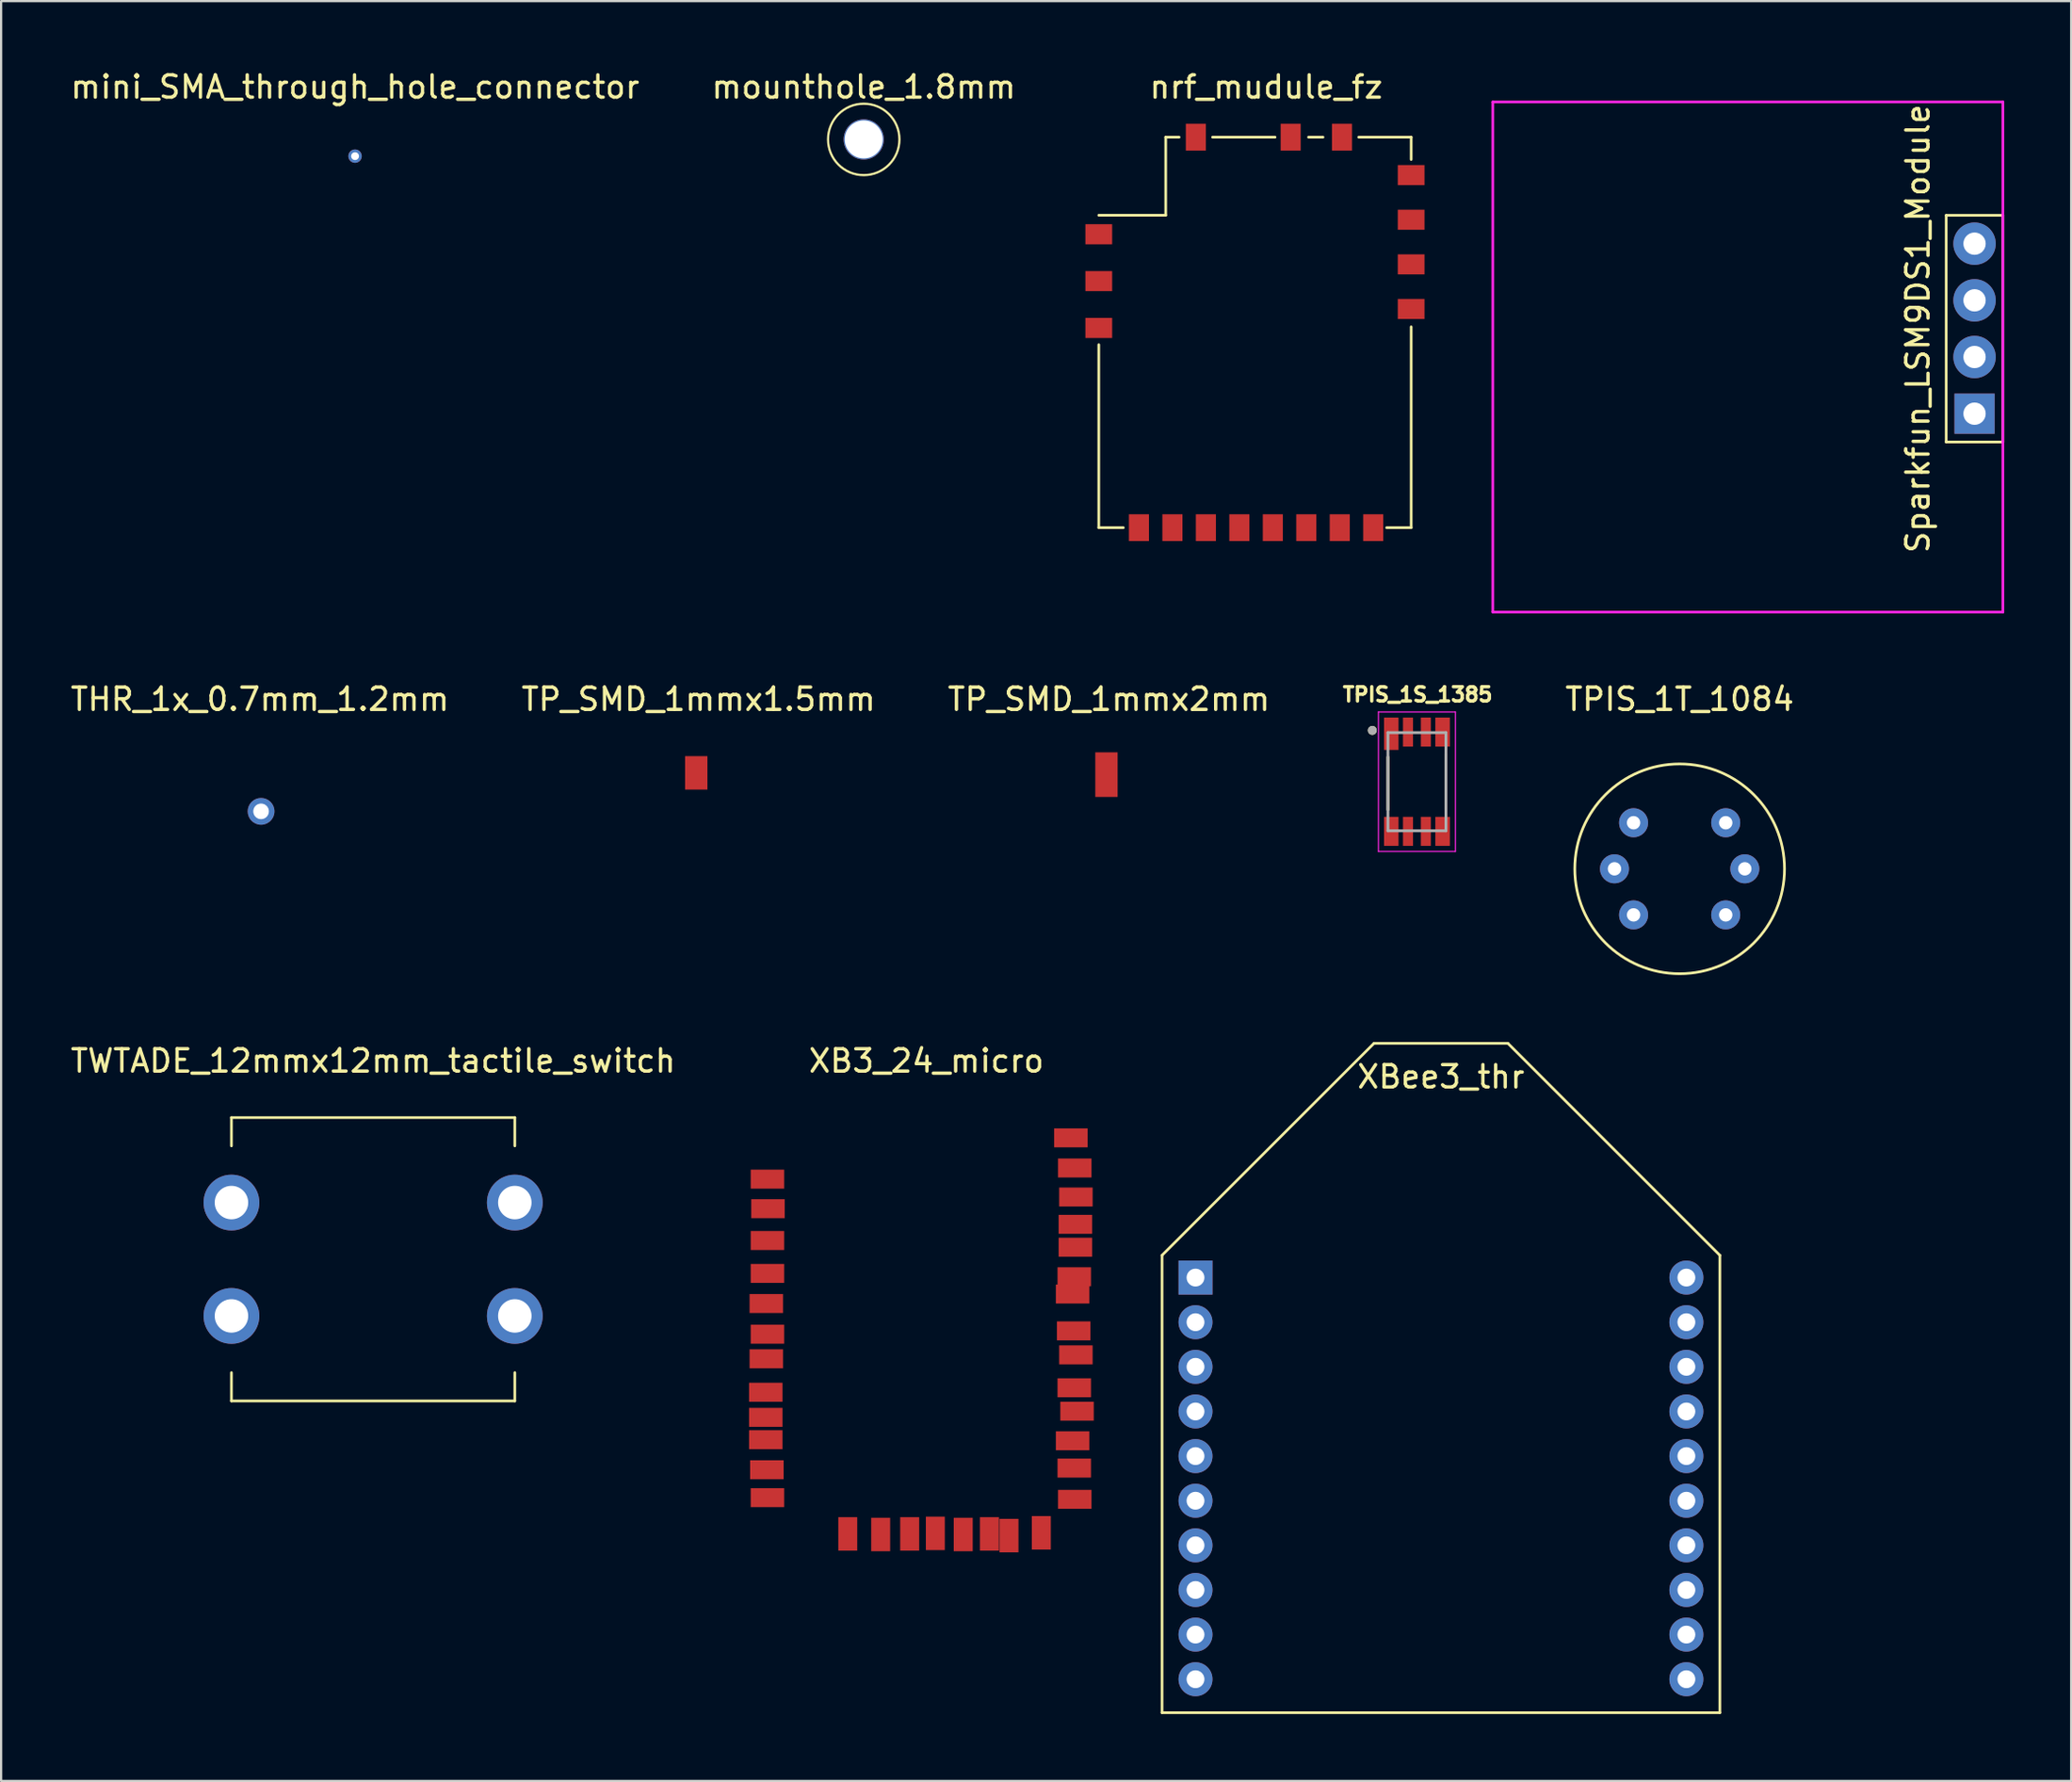
<source format=kicad_pcb>
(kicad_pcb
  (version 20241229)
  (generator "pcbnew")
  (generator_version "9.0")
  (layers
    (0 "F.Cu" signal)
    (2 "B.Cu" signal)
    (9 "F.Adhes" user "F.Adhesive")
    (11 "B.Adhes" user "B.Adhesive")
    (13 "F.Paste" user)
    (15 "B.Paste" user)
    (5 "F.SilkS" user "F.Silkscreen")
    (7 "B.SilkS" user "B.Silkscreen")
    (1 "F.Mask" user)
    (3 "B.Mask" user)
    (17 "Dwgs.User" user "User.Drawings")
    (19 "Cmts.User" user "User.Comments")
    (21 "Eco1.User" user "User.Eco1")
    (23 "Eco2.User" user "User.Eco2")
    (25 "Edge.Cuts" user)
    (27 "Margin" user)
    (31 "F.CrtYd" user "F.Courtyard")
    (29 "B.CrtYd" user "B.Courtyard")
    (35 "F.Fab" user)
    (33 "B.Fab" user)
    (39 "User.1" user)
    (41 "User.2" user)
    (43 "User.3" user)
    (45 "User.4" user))
  (footprint "Sparkfun_LSM9DS1_Module"
    (layer "F.Cu")
    (at 75.285 0.25)
    (property "Reference" "Sparkfun_LSM9DS1_Module" (at 7.62 11.43 270) (layer "F.SilkS") (effects (font (size 1 1) (thickness 0.15))))
    (attr through_hole)
    (fp_line (start 8.89 6.35) (end 8.89 16.51) (stroke (width 0.12) (type solid)) (layer "F.SilkS"))
    (fp_line (start 8.89 16.51) (end 11.43 16.51) (stroke (width 0.12) (type solid)) (layer "F.SilkS"))
    (fp_line (start 11.43 6.35) (end 8.89 6.35) (stroke (width 0.12) (type solid)) (layer "F.SilkS"))
    (fp_line (start 11.43 16.51) (end 11.43 6.35) (stroke (width 0.12) (type solid)) (layer "F.SilkS"))
    (fp_line (start -11.43 1.27) (end 11.43 1.27) (stroke (width 0.12) (type solid)) (layer "F.CrtYd"))
    (fp_line (start -11.43 24.13) (end -11.43 1.27) (stroke (width 0.12) (type solid)) (layer "F.CrtYd"))
    (fp_line (start 11.43 1.27) (end 11.43 24.13) (stroke (width 0.12) (type solid)) (layer "F.CrtYd"))
    (fp_line (start 11.43 24.13) (end -11.43 24.13) (stroke (width 0.12) (type solid)) (layer "F.CrtYd"))
    (pad "1" thru_hole circle (at 10.16 7.62) (size 1.9 1.9) (drill 1) (layers "*.Cu" "*.Mask"))
    (pad "2" thru_hole circle (at 10.16 10.16) (size 1.9 1.9) (drill 1) (layers "*.Cu" "*.Mask"))
    (pad "3" thru_hole circle (at 10.16 12.7) (size 1.9 1.9) (drill 1) (layers "*.Cu" "*.Mask"))
    (pad "4" thru_hole rect (at 10.16 15.24) (size 1.8 1.8) (drill 1) (layers "*.Cu" "*.Mask")))
  (footprint "TWTADE_12mmx12mm_tactile_switch"
    (layer "F.Cu")
    (at 13.673 47.036)
    (property "Reference" "TWTADE_12mmx12mm_tactile_switch" (at 0 -2.54 0) (layer "F.SilkS") (effects (font (size 1 1) (thickness 0.15))))
    (attr through_hole)
    (fp_line (start -6.35 0) (end -6.35 1.27) (stroke (width 0.12) (type solid)) (layer "F.SilkS"))
    (fp_line (start -6.35 0) (end 6.35 0) (stroke (width 0.12) (type solid)) (layer "F.SilkS"))
    (fp_line (start -6.35 12.7) (end -6.35 11.43) (stroke (width 0.12) (type solid)) (layer "F.SilkS"))
    (fp_line (start 6.35 0) (end 6.35 1.27) (stroke (width 0.12) (type solid)) (layer "F.SilkS"))
    (fp_line (start 6.35 11.43) (end 6.35 12.7) (stroke (width 0.12) (type solid)) (layer "F.SilkS"))
    (fp_line (start 6.35 12.7) (end -6.35 12.7) (stroke (width 0.12) (type solid)) (layer "F.SilkS"))
    (pad "1" thru_hole circle (at -6.35 3.81) (size 2.5 2.5) (drill 1.5) (layers "*.Cu" "*.Mask"))
    (pad "2" thru_hole circle (at 6.35 3.81) (size 2.5 2.5) (drill 1.5) (layers "*.Cu" "*.Mask"))
    (pad "3" thru_hole circle (at -6.35 8.89) (size 2.5 2.5) (drill 1.5) (layers "*.Cu" "*.Mask"))
    (pad "4" thru_hole circle (at 6.35 8.89) (size 2.5 2.5) (drill 1.5) (layers "*.Cu" "*.Mask")))
  (footprint "TPIS_1S_1385"
    (layer "F.Cu")
    (at 60.454 31.984)
    (property "Reference" "TPIS_1S_1385" (at 0.032 -3.906 0) (layer "F.SilkS") (effects (font (size 0.64 0.64) (thickness 0.15))))
    (attr through_hole)
    (fp_line (start -1.3 -1.105) (end -1.3 1.255) (stroke (width 0.127) (type solid)) (layer "F.SilkS"))
    (fp_line (start 1.3 -1.255) (end 1.3 1.255) (stroke (width 0.127) (type solid)) (layer "F.SilkS"))
    (fp_circle (center -2 -2.3) (end -1.9 -2.3) (stroke (width 0.2) (type solid)) (fill no) (layer "F.SilkS"))
    (fp_line (start -1.725 -3.125) (end -1.725 3.125) (stroke (width 0.05) (type solid)) (layer "F.CrtYd"))
    (fp_line (start -1.725 3.125) (end 1.725 3.125) (stroke (width 0.05) (type solid)) (layer "F.CrtYd"))
    (fp_line (start 1.725 -3.125) (end -1.725 -3.125) (stroke (width 0.05) (type solid)) (layer "F.CrtYd"))
    (fp_line (start 1.725 3.125) (end 1.725 -3.125) (stroke (width 0.05) (type solid)) (layer "F.CrtYd"))
    (fp_line (start -1.3 -2.2) (end -1.3 2.2) (stroke (width 0.127) (type solid)) (layer "F.Fab"))
    (fp_line (start -1.3 2.2) (end 1.3 2.2) (stroke (width 0.127) (type solid)) (layer "F.Fab"))
    (fp_line (start 1.3 -2.2) (end -1.3 -2.2) (stroke (width 0.127) (type solid)) (layer "F.Fab"))
    (fp_line (start 1.3 2.2) (end 1.3 -2.2) (stroke (width 0.127) (type solid)) (layer "F.Fab"))
    (fp_circle (center -2 -2.3) (end -1.9 -2.3) (stroke (width 0.2) (type solid)) (fill no) (layer "F.Fab"))
    (pad "1" smd rect (at -1.15 -2.15) (size 0.65 1.45) (layers "F.Cu" "F.Mask" "F.Paste"))
    (pad "2" smd rect (at -0.4 -2.225) (size 0.45 1.3) (layers "F.Cu" "F.Mask" "F.Paste"))
    (pad "3" smd rect (at 0.4 -2.225) (size 0.45 1.3) (layers "F.Cu" "F.Mask" "F.Paste"))
    (pad "4" smd rect (at 1.15 -2.225) (size 0.65 1.3) (layers "F.Cu" "F.Mask" "F.Paste"))
    (pad "5" smd rect (at 1.15 2.225) (size 0.65 1.3) (layers "F.Cu" "F.Mask" "F.Paste"))
    (pad "6" smd rect (at 0.4 2.225) (size 0.45 1.3) (layers "F.Cu" "F.Mask" "F.Paste"))
    (pad "7" smd rect (at -0.4 2.225) (size 0.45 1.3) (layers "F.Cu" "F.Mask" "F.Paste"))
    (pad "8" smd rect (at -1.15 2.225) (size 0.65 1.3) (layers "F.Cu" "F.Mask" "F.Paste")))
  (footprint "TP_SMD_1mmx1.5mm"
    (layer "F.Cu")
    (at 28.156 30.188)
    (property "Reference" "TP_SMD_1mmx1.5mm" (at 0.1 -1.9 0) (layer "F.SilkS") (effects (font (size 1 1) (thickness 0.15))))
    (attr through_hole)
    (pad "1" smd rect (at 0 1.4) (size 1 1.5) (layers "F.Cu" "F.Mask" "F.Paste")))
  (footprint "mounthole_1.8mm"
    (layer "F.Cu")
    (at 35.661 3.198)
    (property "Reference" "mounthole_1.8mm" (at 0 -2.35 0) (layer "F.SilkS") (effects (font (size 1 1) (thickness 0.15))))
    (attr through_hole)
    (fp_circle (center 0 0) (end 1.6 0) (stroke (width 0.1) (type solid)) (fill no) (layer "F.SilkS"))
    (pad "" np_thru_hole circle (at 0 0) (size 1.8 1.8) (drill 1.7) (layers "*.Cu" "*.Mask")))
  (footprint "mini_SMA_through_hole_connector"
    (layer "F.Cu")
    (at 12.863 2.948)
    (property "Reference" "mini_SMA_through_hole_connector" (at 0 -2.1 0) (layer "F.SilkS") (effects (font (size 1 1) (thickness 0.15))))
    (attr through_hole)
    (pad "1" thru_hole circle (at 0 1) (size 0.6 0.6) (drill 0.35) (layers "*.Cu" "*.Mask")))
  (footprint "TPIS_1T_1084"
    (layer "F.Cu")
    (at 72.228 35.888)
    (property "Reference" "TPIS_1T_1084" (at 0 -7.6 0) (layer "F.SilkS") (effects (font (size 1 1) (thickness 0.15))))
    (attr through_hole)
    (fp_circle (center 0 0) (end 4.7 0) (stroke (width 0.12) (type solid)) (fill no) (layer "F.SilkS"))
    (pad "1" thru_hole circle (at -2.065 -2.065) (size 1.3 1.3) (drill 0.6) (layers "*.Cu" "*.Mask"))
    (pad "2" thru_hole circle (at -2.92 0) (size 1.3 1.3) (drill 0.6) (layers "*.Cu" "*.Mask"))
    (pad "3" thru_hole circle (at -2.065 2.065) (size 1.3 1.3) (drill 0.6) (layers "*.Cu" "*.Mask"))
    (pad "4" thru_hole circle (at 2.065 -2.065) (size 1.3 1.3) (drill 0.6) (layers "*.Cu" "*.Mask"))
    (pad "5" thru_hole circle (at 2.92 0) (size 1.3 1.3) (drill 0.6) (layers "*.Cu" "*.Mask"))
    (pad "6" thru_hole circle (at 2.065 2.065) (size 1.3 1.3) (drill 0.6) (layers "*.Cu" "*.Mask")))
  (footprint "XB3_24_micro"
    (layer "F.Cu")
    (at 30.595 47.246)
    (property "Reference" "XB3_24_micro" (at 7.875 -2.75 0) (layer "F.SilkS") (effects (font (size 1 1) (thickness 0.15))))
    (attr through_hole)
    (pad "1" smd rect (at 0.75 2.55) (size 1.5 0.85) (layers "F.Cu" "F.Mask" "F.Paste"))
    (pad "2" smd rect (at 0.775 3.875) (size 1.5 0.85) (layers "F.Cu" "F.Mask" "F.Paste"))
    (pad "3" smd rect (at 0.75 5.3) (size 1.5 0.85) (layers "F.Cu" "F.Mask" "F.Paste"))
    (pad "4" smd rect (at 0.75 6.775) (size 1.5 0.85) (layers "F.Cu" "F.Mask" "F.Paste"))
    (pad "5" smd rect (at 0.7 8.125) (size 1.5 0.85) (layers "F.Cu" "F.Mask" "F.Paste"))
    (pad "6" smd rect (at 0.75 9.5) (size 1.5 0.85) (layers "F.Cu" "F.Mask" "F.Paste"))
    (pad "7" smd rect (at 0.7 10.6) (size 1.5 0.85) (layers "F.Cu" "F.Mask" "F.Paste"))
    (pad "8" smd rect (at 0.675 12.1) (size 1.5 0.85) (layers "F.Cu" "F.Mask" "F.Paste"))
    (pad "9" smd rect (at 0.675 13.225) (size 1.5 0.85) (layers "F.Cu" "F.Mask" "F.Paste"))
    (pad "10" smd rect (at 0.675 14.225) (size 1.5 0.85) (layers "F.Cu" "F.Mask" "F.Paste"))
    (pad "11" smd rect (at 0.725 15.575) (size 1.5 0.85) (layers "F.Cu" "F.Mask" "F.Paste"))
    (pad "12" smd rect (at 0.75 16.825) (size 1.5 0.85) (layers "F.Cu" "F.Mask" "F.Paste"))
    (pad "13" smd rect (at 4.35 18.45 90) (size 1.5 0.85) (layers "F.Cu" "F.Mask" "F.Paste"))
    (pad "14" smd rect (at 5.825 18.475 90) (size 1.5 0.85) (layers "F.Cu" "F.Mask" "F.Paste"))
    (pad "15" smd rect (at 7.125 18.45 90) (size 1.5 0.85) (layers "F.Cu" "F.Mask" "F.Paste"))
    (pad "16" smd rect (at 8.275 18.425 90) (size 1.5 0.85) (layers "F.Cu" "F.Mask" "F.Paste"))
    (pad "17" smd rect (at 9.525 18.475 90) (size 1.5 0.85) (layers "F.Cu" "F.Mask" "F.Paste"))
    (pad "18" smd rect (at 10.7 18.45 90) (size 1.5 0.85) (layers "F.Cu" "F.Mask" "F.Paste"))
    (pad "19" smd rect (at 11.575 18.525 90) (size 1.5 0.85) (layers "F.Cu" "F.Mask" "F.Paste"))
    (pad "20" smd rect (at 13.025 18.4 90) (size 1.5 0.85) (layers "F.Cu" "F.Mask" "F.Paste"))
    (pad "21" smd rect (at 14.525 16.9) (size 1.5 0.85) (layers "F.Cu" "F.Mask" "F.Paste"))
    (pad "22" smd rect (at 14.5 15.5) (size 1.5 0.85) (layers "F.Cu" "F.Mask" "F.Paste"))
    (pad "23" smd rect (at 14.425 14.275) (size 1.5 0.85) (layers "F.Cu" "F.Mask" "F.Paste"))
    (pad "24" smd rect (at 14.625 12.95) (size 1.5 0.85) (layers "F.Cu" "F.Mask" "F.Paste"))
    (pad "25" smd rect (at 14.5 11.9) (size 1.5 0.85) (layers "F.Cu" "F.Mask" "F.Paste"))
    (pad "26" smd rect (at 14.575 10.425) (size 1.5 0.85) (layers "F.Cu" "F.Mask" "F.Paste"))
    (pad "27" smd rect (at 14.475 9.35) (size 1.5 0.85) (layers "F.Cu" "F.Mask" "F.Paste"))
    (pad "28" smd rect (at 14.425 7.7) (size 1.5 0.85) (layers "F.Cu" "F.Mask" "F.Paste"))
    (pad "29" smd rect (at 14.5 6.925) (size 1.5 0.85) (layers "F.Cu" "F.Mask" "F.Paste"))
    (pad "30" smd rect (at 14.55 5.6) (size 1.5 0.85) (layers "F.Cu" "F.Mask" "F.Paste"))
    (pad "31" smd rect (at 14.55 4.575) (size 1.5 0.85) (layers "F.Cu" "F.Mask" "F.Paste"))
    (pad "32" smd rect (at 14.575 3.35) (size 1.5 0.85) (layers "F.Cu" "F.Mask" "F.Paste"))
    (pad "33" smd rect (at 14.525 2.05) (size 1.5 0.85) (layers "F.Cu" "F.Mask" "F.Paste"))
    (pad "34" smd rect (at 14.35 0.7) (size 1.5 0.85) (layers "F.Cu" "F.Mask" "F.Paste")))
  (footprint "THR_1x_0.7mm_1.2mm"
    (layer "F.Cu")
    (at 8.651 33.313)
    (property "Reference" "THR_1x_0.7mm_1.2mm" (at -0.05 -5.025 0) (unlocked yes) (layer "F.SilkS") (effects (font (size 1 1) (thickness 0.15))))
    (attr through_hole)
    (pad "1" thru_hole circle (at 0 0) (size 1.2 1.2) (drill 0.7) (layers "*.Cu" "*.Mask")))
  (footprint "TP_SMD_1mmx2mm"
    (layer "F.Cu")
    (at 46.539 30.268)
    (property "Reference" "TP_SMD_1mmx2mm" (at 0.11 -1.98 0) (layer "F.SilkS") (effects (font (size 1 1) (thickness 0.15))))
    (attr through_hole)
    (pad "1" smd rect (at 0 1.4) (size 1 2) (layers "F.Cu" "F.Mask" "F.Paste")))
  (footprint "XBee3_thr"
    (layer "F.Cu")
    (at 61.53 52.208)
    (property "Reference" "XBee3_thr" (at 0 -7 0) (layer "F.SilkS") (effects (font (size 1 1) (thickness 0.15))))
    (attr through_hole)
    (fp_line (start -12.5 1) (end -12.5 21.5) (stroke (width 0.12) (type solid)) (layer "F.SilkS"))
    (fp_line (start -12.5 21.5) (end 12.5 21.5) (stroke (width 0.12) (type solid)) (layer "F.SilkS"))
    (fp_line (start -3 -8.5) (end -12.5 1) (stroke (width 0.12) (type solid)) (layer "F.SilkS"))
    (fp_line (start 3 -8.5) (end -3 -8.5) (stroke (width 0.12) (type solid)) (layer "F.SilkS"))
    (fp_line (start 12.5 1) (end 3 -8.5) (stroke (width 0.12) (type solid)) (layer "F.SilkS"))
    (fp_line (start 12.5 21.5) (end 12.5 1) (stroke (width 0.12) (type solid)) (layer "F.SilkS"))
    (pad "1" thru_hole rect (at -11 2) (size 1.524 1.524) (drill 0.8) (layers "*.Cu" "*.Mask"))
    (pad "2" thru_hole circle (at -11 4) (size 1.524 1.524) (drill 0.8) (layers "*.Cu" "*.Mask"))
    (pad "3" thru_hole circle (at -11 6) (size 1.524 1.524) (drill 0.8) (layers "*.Cu" "*.Mask"))
    (pad "4" thru_hole circle (at -11 8) (size 1.524 1.524) (drill 0.8) (layers "*.Cu" "*.Mask"))
    (pad "5" thru_hole circle (at -11 10) (size 1.524 1.524) (drill 0.8) (layers "*.Cu" "*.Mask"))
    (pad "6" thru_hole circle (at -11 12) (size 1.524 1.524) (drill 0.8) (layers "*.Cu" "*.Mask"))
    (pad "7" thru_hole circle (at -11 14) (size 1.524 1.524) (drill 0.8) (layers "*.Cu" "*.Mask"))
    (pad "8" thru_hole circle (at -11 16) (size 1.524 1.524) (drill 0.8) (layers "*.Cu" "*.Mask"))
    (pad "9" thru_hole circle (at -11 18) (size 1.524 1.524) (drill 0.8) (layers "*.Cu" "*.Mask"))
    (pad "10" thru_hole circle (at -11 20) (size 1.524 1.524) (drill 0.8) (layers "*.Cu" "*.Mask"))
    (pad "11" thru_hole circle (at 11 20) (size 1.524 1.524) (drill 0.8) (layers "*.Cu" "*.Mask"))
    (pad "12" thru_hole circle (at 11 18) (size 1.524 1.524) (drill 0.8) (layers "*.Cu" "*.Mask"))
    (pad "13" thru_hole circle (at 11 16) (size 1.524 1.524) (drill 0.8) (layers "*.Cu" "*.Mask"))
    (pad "14" thru_hole circle (at 11 14) (size 1.524 1.524) (drill 0.8) (layers "*.Cu" "*.Mask"))
    (pad "15" thru_hole circle (at 11 12) (size 1.524 1.524) (drill 0.8) (layers "*.Cu" "*.Mask"))
    (pad "16" thru_hole circle (at 11 10) (size 1.524 1.524) (drill 0.8) (layers "*.Cu" "*.Mask"))
    (pad "17" thru_hole circle (at 11 8) (size 1.524 1.524) (drill 0.8) (layers "*.Cu" "*.Mask"))
    (pad "18" thru_hole circle (at 11 6) (size 1.524 1.524) (drill 0.8) (layers "*.Cu" "*.Mask"))
    (pad "19" thru_hole circle (at 11 4) (size 1.524 1.524) (drill 0.8) (layers "*.Cu" "*.Mask"))
    (pad "20" thru_hole circle (at 11 2) (size 1.524 1.524) (drill 0.8) (layers "*.Cu" "*.Mask")))
  (footprint "nrf_mudule_fz"
    (layer "F.Cu")
    (at 53.695 2.598)
    (property "Reference" "nrf_mudule_fz" (at 0 -1.75 0) (layer "F.SilkS") (effects (font (size 1 1) (thickness 0.15))))
    (attr through_hole)
    (fp_line (start -7.5 9.8) (end -7.5 18) (stroke (width 0.12) (type solid)) (layer "F.SilkS"))
    (fp_line (start -7.5 18) (end -6.4 18) (stroke (width 0.12) (type solid)) (layer "F.SilkS"))
    (fp_line (start -4.5 0.5) (end -4.5 4) (stroke (width 0.12) (type solid)) (layer "F.SilkS"))
    (fp_line (start -4.5 4) (end -7.5 4) (stroke (width 0.12) (type solid)) (layer "F.SilkS"))
    (fp_line (start -3.9 0.5) (end -4.5 0.5) (stroke (width 0.12) (type solid)) (layer "F.SilkS"))
    (fp_line (start 0.4 0.5) (end -2.4 0.5) (stroke (width 0.12) (type solid)) (layer "F.SilkS"))
    (fp_line (start 2.55 0.5) (end 1.9 0.5) (stroke (width 0.12) (type solid)) (layer "F.SilkS"))
    (fp_line (start 5.4 18) (end 6.5 18) (stroke (width 0.12) (type solid)) (layer "F.SilkS"))
    (fp_line (start 6.5 0.5) (end 4.15 0.5) (stroke (width 0.12) (type solid)) (layer "F.SilkS"))
    (fp_line (start 6.5 1.5) (end 6.5 0.5) (stroke (width 0.12) (type solid)) (layer "F.SilkS"))
    (fp_line (start 6.5 18) (end 6.5 9) (stroke (width 0.12) (type solid)) (layer "F.SilkS"))
    (pad "1" smd rect (at -5.7 18) (size 0.9 1.2) (layers "F.Cu" "F.Mask" "F.Paste"))
    (pad "2" smd rect (at -4.2 18) (size 0.9 1.2) (layers "F.Cu" "F.Mask" "F.Paste"))
    (pad "3" smd rect (at -2.7 18) (size 0.9 1.2) (layers "F.Cu" "F.Mask" "F.Paste"))
    (pad "4" smd rect (at -1.2 18) (size 0.9 1.2) (layers "F.Cu" "F.Mask" "F.Paste"))
    (pad "5" smd rect (at 0.3 18) (size 0.9 1.2) (layers "F.Cu" "F.Mask" "F.Paste"))
    (pad "6" smd rect (at 1.8 18) (size 0.9 1.2) (layers "F.Cu" "F.Mask" "F.Paste"))
    (pad "7" smd rect (at 3.3 18) (size 0.9 1.2) (layers "F.Cu" "F.Mask" "F.Paste"))
    (pad "8" smd rect (at 4.8 18) (size 0.9 1.2) (layers "F.Cu" "F.Mask" "F.Paste"))
    (pad "9" smd rect (at 6.5 8.2 90) (size 0.9 1.2) (layers "F.Cu" "F.Mask" "F.Paste"))
    (pad "10" smd rect (at 6.5 6.2 90) (size 0.9 1.2) (layers "F.Cu" "F.Mask" "F.Paste"))
    (pad "11" smd rect (at 6.5 4.2 90) (size 0.9 1.2) (layers "F.Cu" "F.Mask" "F.Paste"))
    (pad "12" smd rect (at 6.5 2.2 90) (size 0.9 1.2) (layers "F.Cu" "F.Mask" "F.Paste"))
    (pad "13" smd rect (at 3.4 0.5 180) (size 0.9 1.2) (layers "F.Cu" "F.Mask" "F.Paste"))
    (pad "14" smd rect (at 1.1 0.5 180) (size 0.9 1.2) (layers "F.Cu" "F.Mask" "F.Paste"))
    (pad "15" smd rect (at -3.15 0.5 180) (size 0.9 1.2) (layers "F.Cu" "F.Mask" "F.Paste"))
    (pad "16" smd rect (at -7.5 4.85 270) (size 0.9 1.2) (layers "F.Cu" "F.Mask" "F.Paste"))
    (pad "17" smd rect (at -7.5 6.95 270) (size 0.9 1.2) (layers "F.Cu" "F.Mask" "F.Paste"))
    (pad "18" smd rect (at -7.5 9.05 270) (size 0.9 1.2) (layers "F.Cu" "F.Mask" "F.Paste")))
  (gr_rect
    (start -3 -3)
    (end 89.775 76.768)
    (stroke (width 0.1) (type default))
    (fill no)
    (layer "Edge.Cuts")))
</source>
